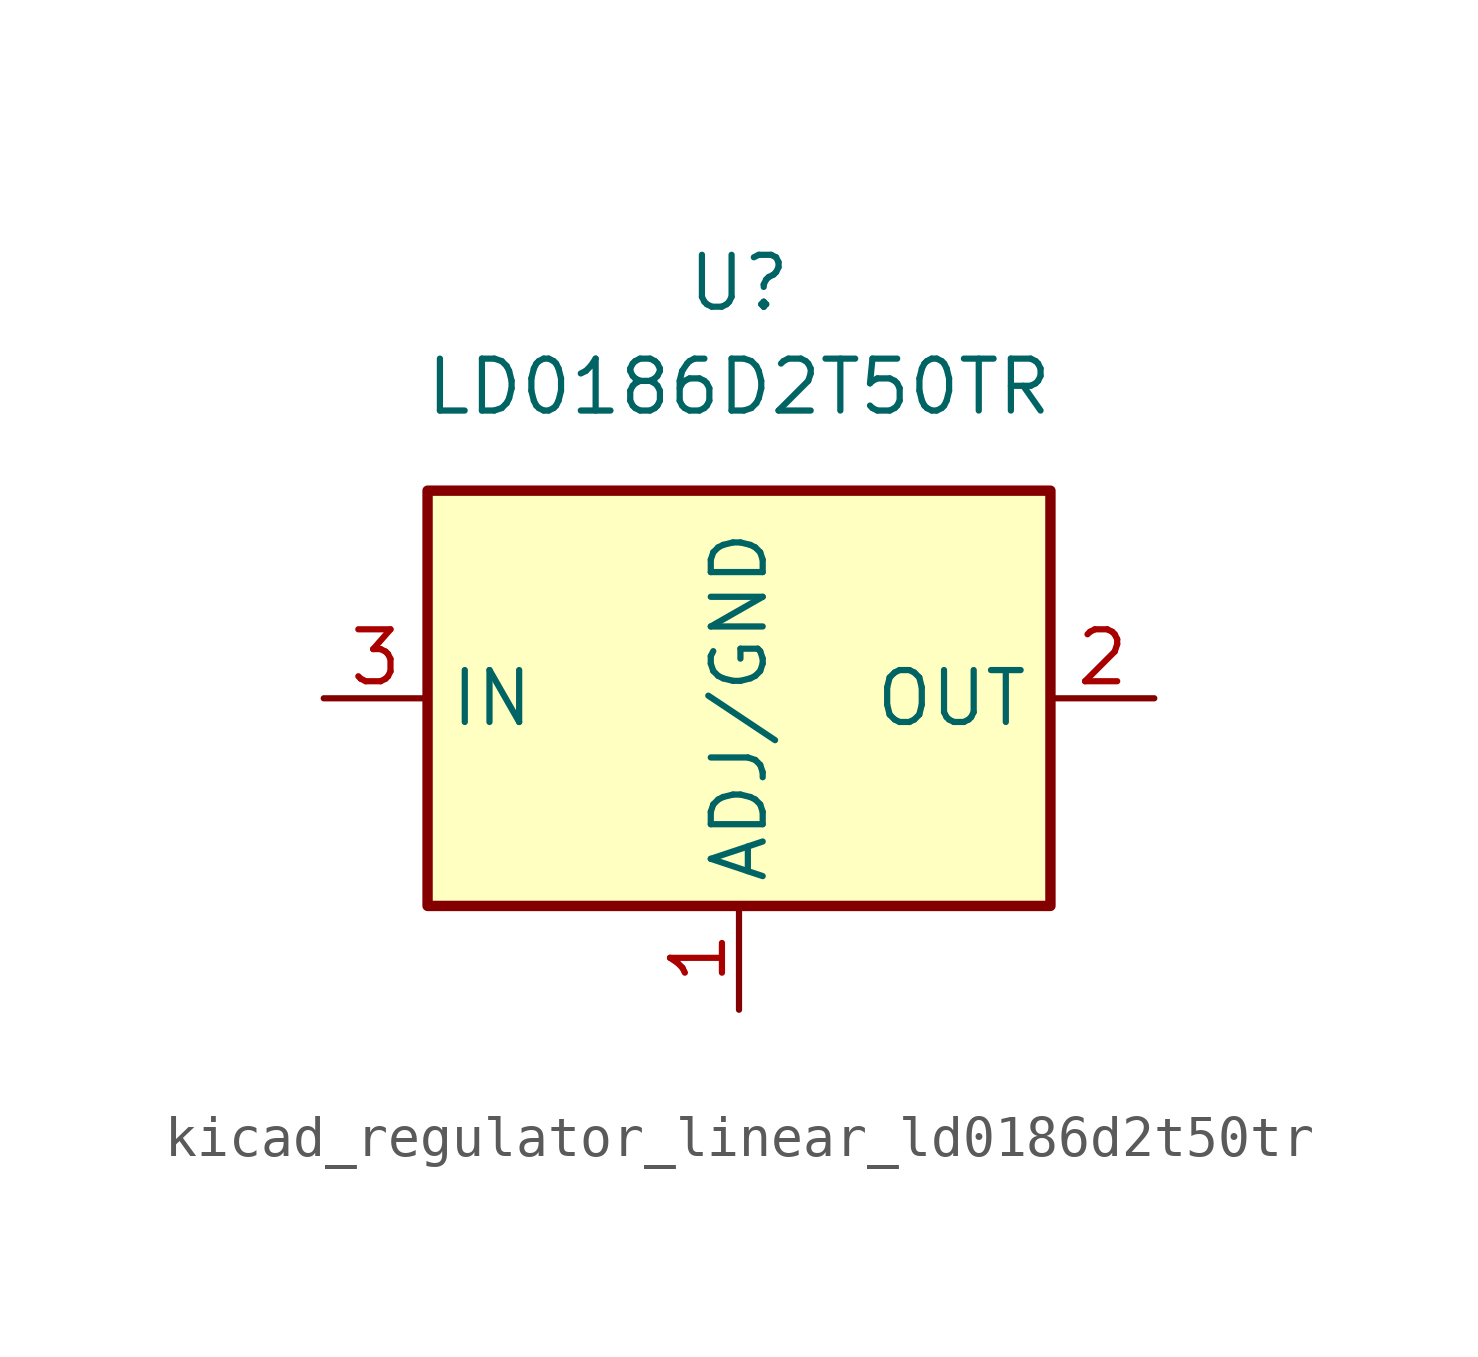
<source format=kicad_sym>
(kicad_symbol_lib
  (version 20220914)
  (generator kicad_symbol_editor)
  (symbol "kicad_regulator_linear_ld0186d2t50tr"
    (property "Reference" "U"
      (at 0 10.16 0)
      (effects (font (size 1.27 1.27))))
    (property "Value" "LD0186D2T50TR"
      (at 0 7.62 0)
      (effects (font (size 1.27 1.27))))
    (symbol "kicad_regulator_linear_ld0186d2t50tr_1_1"
      (rectangle (start -7.62 -5.08) (end 7.62 5.08) (stroke (width 0.254) (type default)) (fill (type background)))
      (pin input line (at 0 -7.62 90) (length 2.54) (name "ADJ/GND" (effects (font (size 1.27 1.27)))) (number "1" (effects (font (size 1.27 1.27)))))
      (pin power_out line (at 10.16 0 180) (length 2.54) (name "OUT" (effects (font (size 1.27 1.27)))) (number "2" (effects (font (size 1.27 1.27)))))
      (pin power_in line (at -10.16 0 0) (length 2.54) (name "IN" (effects (font (size 1.27 1.27)))) (number "3" (effects (font (size 1.27 1.27))))))))
</source>
